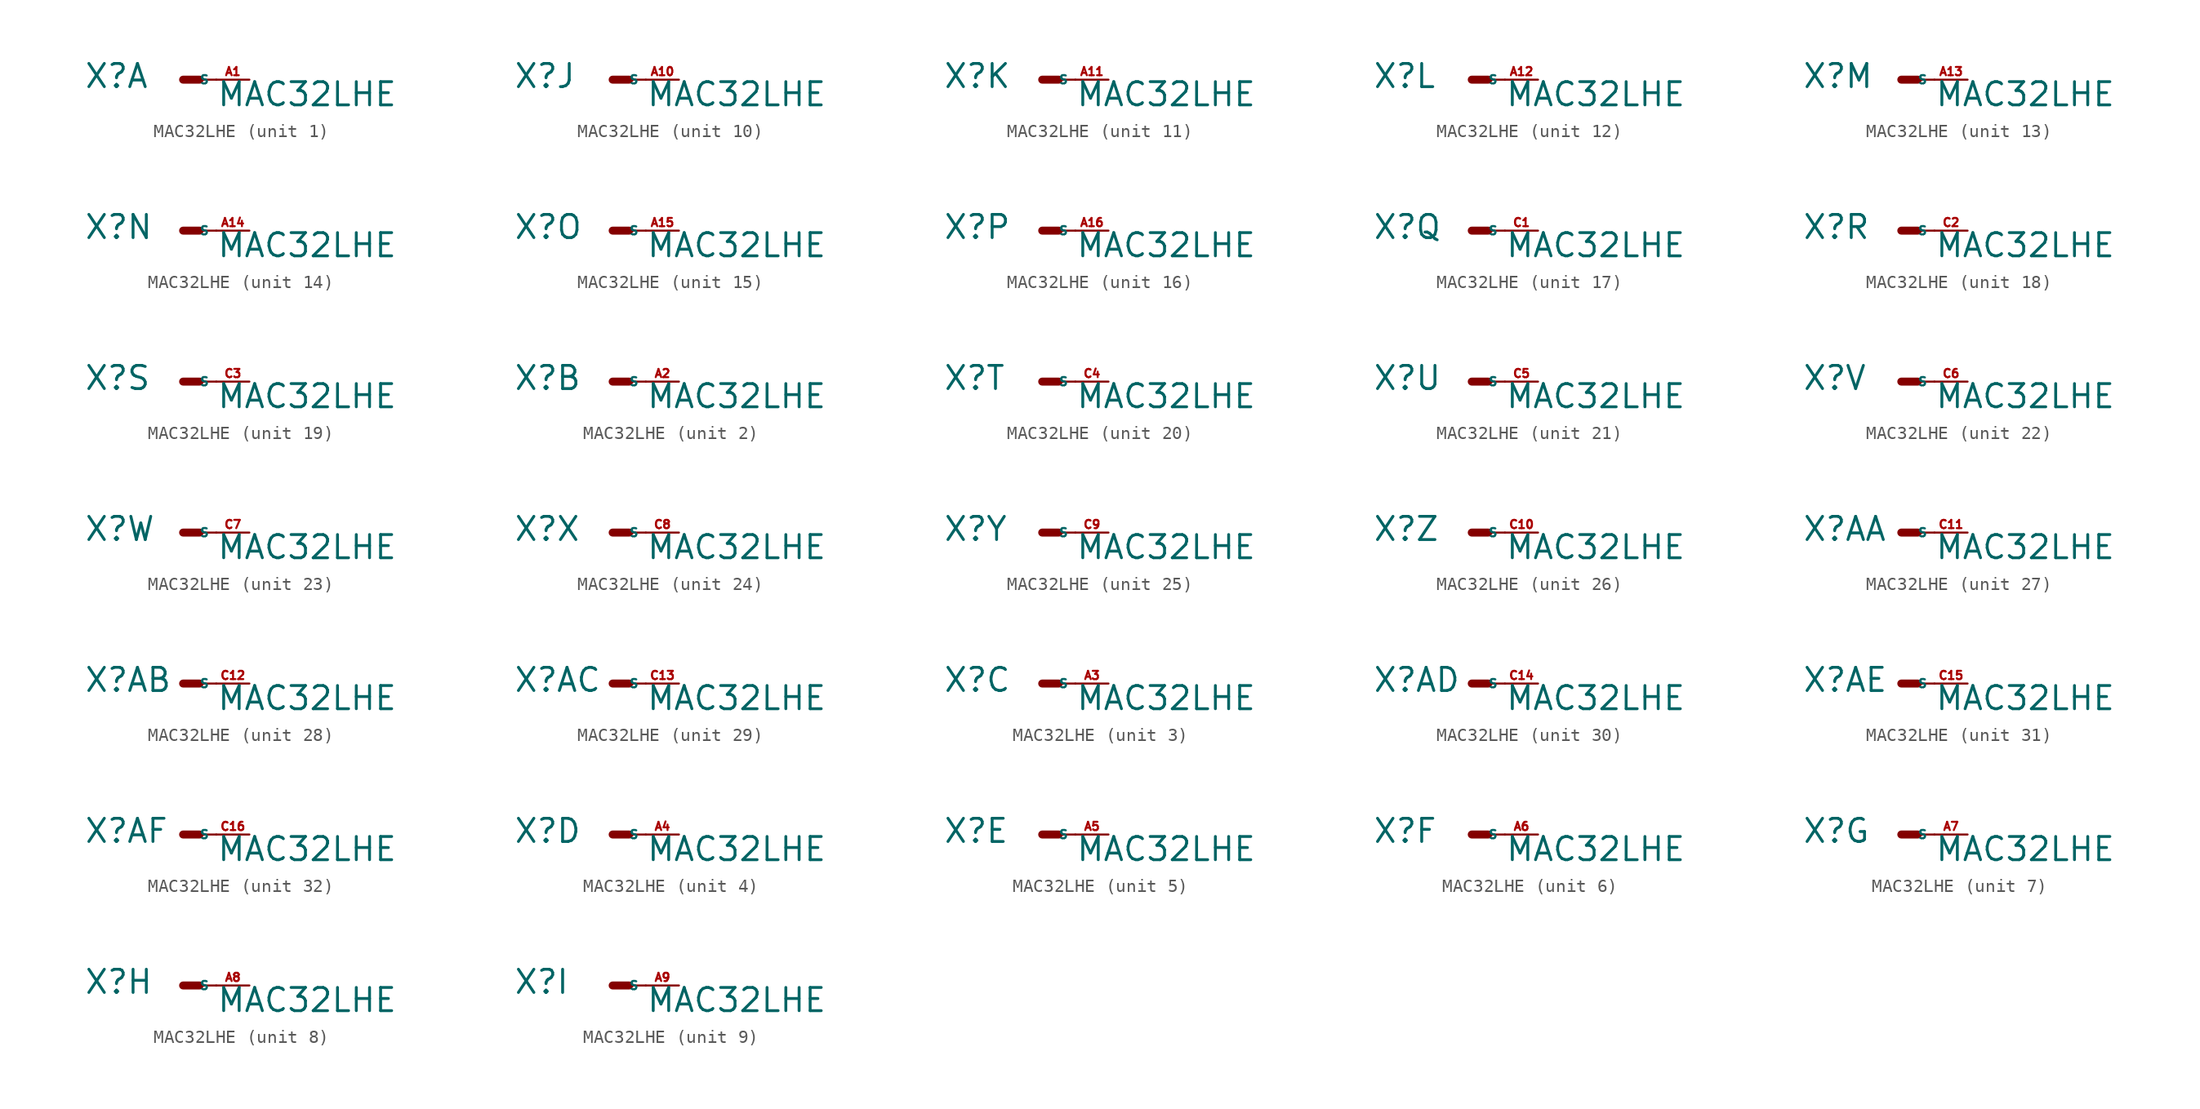
<source format=kicad_sym>
(kicad_symbol_lib
  (version 20220914)
  (generator Eagle2Kicad)
  (symbol "MAC32LHE"
    (property "Reference" "X"
      (at -7.62 -0.762 0)
      (effects (font (size 1.778 1.778) (thickness 0.22)) (justify left bottom)))
    (property "Value" "MAC32LHE"
      (at 2.54 -2.159 0)
      (effects (font (size 1.778 1.778) (thickness 0.22)) (justify left bottom)))
    (symbol "MAC32LHE_1_0"
      (polyline (pts (xy 0 0) (xy 1.27 0)) (stroke (width 0.61) (type default)) (fill (type none)))
      (polyline (pts (xy 2.54 0) (xy 1.27 0)) (stroke (width 0.152) (type default)) (fill (type none)))
      (pin passive line (at 5.08 0 180) (length 2.54) (name "S" (effects (font (size 0.635 0.635) (thickness 0.08)) (justify left bottom))) (number "A1" (effects (font (size 0.635 0.635) (thickness 0.08)) (justify left bottom)))))
    (symbol "MAC32LHE_2_0"
      (polyline (pts (xy 0 0) (xy 1.27 0)) (stroke (width 0.61) (type default)) (fill (type none)))
      (polyline (pts (xy 2.54 0) (xy 1.27 0)) (stroke (width 0.152) (type default)) (fill (type none)))
      (pin passive line (at 5.08 0 180) (length 2.54) (name "S" (effects (font (size 0.635 0.635) (thickness 0.08)) (justify left bottom))) (number "A2" (effects (font (size 0.635 0.635) (thickness 0.08)) (justify left bottom)))))
    (symbol "MAC32LHE_3_0"
      (polyline (pts (xy 0 0) (xy 1.27 0)) (stroke (width 0.61) (type default)) (fill (type none)))
      (polyline (pts (xy 2.54 0) (xy 1.27 0)) (stroke (width 0.152) (type default)) (fill (type none)))
      (pin passive line (at 5.08 0 180) (length 2.54) (name "S" (effects (font (size 0.635 0.635) (thickness 0.08)) (justify left bottom))) (number "A3" (effects (font (size 0.635 0.635) (thickness 0.08)) (justify left bottom)))))
    (symbol "MAC32LHE_4_0"
      (polyline (pts (xy 0 0) (xy 1.27 0)) (stroke (width 0.61) (type default)) (fill (type none)))
      (polyline (pts (xy 2.54 0) (xy 1.27 0)) (stroke (width 0.152) (type default)) (fill (type none)))
      (pin passive line (at 5.08 0 180) (length 2.54) (name "S" (effects (font (size 0.635 0.635) (thickness 0.08)) (justify left bottom))) (number "A4" (effects (font (size 0.635 0.635) (thickness 0.08)) (justify left bottom)))))
    (symbol "MAC32LHE_5_0"
      (polyline (pts (xy 0 0) (xy 1.27 0)) (stroke (width 0.61) (type default)) (fill (type none)))
      (polyline (pts (xy 2.54 0) (xy 1.27 0)) (stroke (width 0.152) (type default)) (fill (type none)))
      (pin passive line (at 5.08 0 180) (length 2.54) (name "S" (effects (font (size 0.635 0.635) (thickness 0.08)) (justify left bottom))) (number "A5" (effects (font (size 0.635 0.635) (thickness 0.08)) (justify left bottom)))))
    (symbol "MAC32LHE_6_0"
      (polyline (pts (xy 0 0) (xy 1.27 0)) (stroke (width 0.61) (type default)) (fill (type none)))
      (polyline (pts (xy 2.54 0) (xy 1.27 0)) (stroke (width 0.152) (type default)) (fill (type none)))
      (pin passive line (at 5.08 0 180) (length 2.54) (name "S" (effects (font (size 0.635 0.635) (thickness 0.08)) (justify left bottom))) (number "A6" (effects (font (size 0.635 0.635) (thickness 0.08)) (justify left bottom)))))
    (symbol "MAC32LHE_7_0"
      (polyline (pts (xy 0 0) (xy 1.27 0)) (stroke (width 0.61) (type default)) (fill (type none)))
      (polyline (pts (xy 2.54 0) (xy 1.27 0)) (stroke (width 0.152) (type default)) (fill (type none)))
      (pin passive line (at 5.08 0 180) (length 2.54) (name "S" (effects (font (size 0.635 0.635) (thickness 0.08)) (justify left bottom))) (number "A7" (effects (font (size 0.635 0.635) (thickness 0.08)) (justify left bottom)))))
    (symbol "MAC32LHE_8_0"
      (polyline (pts (xy 0 0) (xy 1.27 0)) (stroke (width 0.61) (type default)) (fill (type none)))
      (polyline (pts (xy 2.54 0) (xy 1.27 0)) (stroke (width 0.152) (type default)) (fill (type none)))
      (pin passive line (at 5.08 0 180) (length 2.54) (name "S" (effects (font (size 0.635 0.635) (thickness 0.08)) (justify left bottom))) (number "A8" (effects (font (size 0.635 0.635) (thickness 0.08)) (justify left bottom)))))
    (symbol "MAC32LHE_9_0"
      (polyline (pts (xy 0 0) (xy 1.27 0)) (stroke (width 0.61) (type default)) (fill (type none)))
      (polyline (pts (xy 2.54 0) (xy 1.27 0)) (stroke (width 0.152) (type default)) (fill (type none)))
      (pin passive line (at 5.08 0 180) (length 2.54) (name "S" (effects (font (size 0.635 0.635) (thickness 0.08)) (justify left bottom))) (number "A9" (effects (font (size 0.635 0.635) (thickness 0.08)) (justify left bottom)))))
    (symbol "MAC32LHE_10_0"
      (polyline (pts (xy 0 0) (xy 1.27 0)) (stroke (width 0.61) (type default)) (fill (type none)))
      (polyline (pts (xy 2.54 0) (xy 1.27 0)) (stroke (width 0.152) (type default)) (fill (type none)))
      (pin passive line (at 5.08 0 180) (length 2.54) (name "S" (effects (font (size 0.635 0.635) (thickness 0.08)) (justify left bottom))) (number "A10" (effects (font (size 0.635 0.635) (thickness 0.08)) (justify left bottom)))))
    (symbol "MAC32LHE_11_0"
      (polyline (pts (xy 0 0) (xy 1.27 0)) (stroke (width 0.61) (type default)) (fill (type none)))
      (polyline (pts (xy 2.54 0) (xy 1.27 0)) (stroke (width 0.152) (type default)) (fill (type none)))
      (pin passive line (at 5.08 0 180) (length 2.54) (name "S" (effects (font (size 0.635 0.635) (thickness 0.08)) (justify left bottom))) (number "A11" (effects (font (size 0.635 0.635) (thickness 0.08)) (justify left bottom)))))
    (symbol "MAC32LHE_12_0"
      (polyline (pts (xy 0 0) (xy 1.27 0)) (stroke (width 0.61) (type default)) (fill (type none)))
      (polyline (pts (xy 2.54 0) (xy 1.27 0)) (stroke (width 0.152) (type default)) (fill (type none)))
      (pin passive line (at 5.08 0 180) (length 2.54) (name "S" (effects (font (size 0.635 0.635) (thickness 0.08)) (justify left bottom))) (number "A12" (effects (font (size 0.635 0.635) (thickness 0.08)) (justify left bottom)))))
    (symbol "MAC32LHE_13_0"
      (polyline (pts (xy 0 0) (xy 1.27 0)) (stroke (width 0.61) (type default)) (fill (type none)))
      (polyline (pts (xy 2.54 0) (xy 1.27 0)) (stroke (width 0.152) (type default)) (fill (type none)))
      (pin passive line (at 5.08 0 180) (length 2.54) (name "S" (effects (font (size 0.635 0.635) (thickness 0.08)) (justify left bottom))) (number "A13" (effects (font (size 0.635 0.635) (thickness 0.08)) (justify left bottom)))))
    (symbol "MAC32LHE_14_0"
      (polyline (pts (xy 0 0) (xy 1.27 0)) (stroke (width 0.61) (type default)) (fill (type none)))
      (polyline (pts (xy 2.54 0) (xy 1.27 0)) (stroke (width 0.152) (type default)) (fill (type none)))
      (pin passive line (at 5.08 0 180) (length 2.54) (name "S" (effects (font (size 0.635 0.635) (thickness 0.08)) (justify left bottom))) (number "A14" (effects (font (size 0.635 0.635) (thickness 0.08)) (justify left bottom)))))
    (symbol "MAC32LHE_15_0"
      (polyline (pts (xy 0 0) (xy 1.27 0)) (stroke (width 0.61) (type default)) (fill (type none)))
      (polyline (pts (xy 2.54 0) (xy 1.27 0)) (stroke (width 0.152) (type default)) (fill (type none)))
      (pin passive line (at 5.08 0 180) (length 2.54) (name "S" (effects (font (size 0.635 0.635) (thickness 0.08)) (justify left bottom))) (number "A15" (effects (font (size 0.635 0.635) (thickness 0.08)) (justify left bottom)))))
    (symbol "MAC32LHE_16_0"
      (polyline (pts (xy 0 0) (xy 1.27 0)) (stroke (width 0.61) (type default)) (fill (type none)))
      (polyline (pts (xy 2.54 0) (xy 1.27 0)) (stroke (width 0.152) (type default)) (fill (type none)))
      (pin passive line (at 5.08 0 180) (length 2.54) (name "S" (effects (font (size 0.635 0.635) (thickness 0.08)) (justify left bottom))) (number "A16" (effects (font (size 0.635 0.635) (thickness 0.08)) (justify left bottom)))))
    (symbol "MAC32LHE_17_0"
      (polyline (pts (xy 0 0) (xy 1.27 0)) (stroke (width 0.61) (type default)) (fill (type none)))
      (polyline (pts (xy 2.54 0) (xy 1.27 0)) (stroke (width 0.152) (type default)) (fill (type none)))
      (pin passive line (at 5.08 0 180) (length 2.54) (name "S" (effects (font (size 0.635 0.635) (thickness 0.08)) (justify left bottom))) (number "C1" (effects (font (size 0.635 0.635) (thickness 0.08)) (justify left bottom)))))
    (symbol "MAC32LHE_18_0"
      (polyline (pts (xy 0 0) (xy 1.27 0)) (stroke (width 0.61) (type default)) (fill (type none)))
      (polyline (pts (xy 2.54 0) (xy 1.27 0)) (stroke (width 0.152) (type default)) (fill (type none)))
      (pin passive line (at 5.08 0 180) (length 2.54) (name "S" (effects (font (size 0.635 0.635) (thickness 0.08)) (justify left bottom))) (number "C2" (effects (font (size 0.635 0.635) (thickness 0.08)) (justify left bottom)))))
    (symbol "MAC32LHE_19_0"
      (polyline (pts (xy 0 0) (xy 1.27 0)) (stroke (width 0.61) (type default)) (fill (type none)))
      (polyline (pts (xy 2.54 0) (xy 1.27 0)) (stroke (width 0.152) (type default)) (fill (type none)))
      (pin passive line (at 5.08 0 180) (length 2.54) (name "S" (effects (font (size 0.635 0.635) (thickness 0.08)) (justify left bottom))) (number "C3" (effects (font (size 0.635 0.635) (thickness 0.08)) (justify left bottom)))))
    (symbol "MAC32LHE_20_0"
      (polyline (pts (xy 0 0) (xy 1.27 0)) (stroke (width 0.61) (type default)) (fill (type none)))
      (polyline (pts (xy 2.54 0) (xy 1.27 0)) (stroke (width 0.152) (type default)) (fill (type none)))
      (pin passive line (at 5.08 0 180) (length 2.54) (name "S" (effects (font (size 0.635 0.635) (thickness 0.08)) (justify left bottom))) (number "C4" (effects (font (size 0.635 0.635) (thickness 0.08)) (justify left bottom)))))
    (symbol "MAC32LHE_21_0"
      (polyline (pts (xy 0 0) (xy 1.27 0)) (stroke (width 0.61) (type default)) (fill (type none)))
      (polyline (pts (xy 2.54 0) (xy 1.27 0)) (stroke (width 0.152) (type default)) (fill (type none)))
      (pin passive line (at 5.08 0 180) (length 2.54) (name "S" (effects (font (size 0.635 0.635) (thickness 0.08)) (justify left bottom))) (number "C5" (effects (font (size 0.635 0.635) (thickness 0.08)) (justify left bottom)))))
    (symbol "MAC32LHE_22_0"
      (polyline (pts (xy 0 0) (xy 1.27 0)) (stroke (width 0.61) (type default)) (fill (type none)))
      (polyline (pts (xy 2.54 0) (xy 1.27 0)) (stroke (width 0.152) (type default)) (fill (type none)))
      (pin passive line (at 5.08 0 180) (length 2.54) (name "S" (effects (font (size 0.635 0.635) (thickness 0.08)) (justify left bottom))) (number "C6" (effects (font (size 0.635 0.635) (thickness 0.08)) (justify left bottom)))))
    (symbol "MAC32LHE_23_0"
      (polyline (pts (xy 0 0) (xy 1.27 0)) (stroke (width 0.61) (type default)) (fill (type none)))
      (polyline (pts (xy 2.54 0) (xy 1.27 0)) (stroke (width 0.152) (type default)) (fill (type none)))
      (pin passive line (at 5.08 0 180) (length 2.54) (name "S" (effects (font (size 0.635 0.635) (thickness 0.08)) (justify left bottom))) (number "C7" (effects (font (size 0.635 0.635) (thickness 0.08)) (justify left bottom)))))
    (symbol "MAC32LHE_24_0"
      (polyline (pts (xy 0 0) (xy 1.27 0)) (stroke (width 0.61) (type default)) (fill (type none)))
      (polyline (pts (xy 2.54 0) (xy 1.27 0)) (stroke (width 0.152) (type default)) (fill (type none)))
      (pin passive line (at 5.08 0 180) (length 2.54) (name "S" (effects (font (size 0.635 0.635) (thickness 0.08)) (justify left bottom))) (number "C8" (effects (font (size 0.635 0.635) (thickness 0.08)) (justify left bottom)))))
    (symbol "MAC32LHE_25_0"
      (polyline (pts (xy 0 0) (xy 1.27 0)) (stroke (width 0.61) (type default)) (fill (type none)))
      (polyline (pts (xy 2.54 0) (xy 1.27 0)) (stroke (width 0.152) (type default)) (fill (type none)))
      (pin passive line (at 5.08 0 180) (length 2.54) (name "S" (effects (font (size 0.635 0.635) (thickness 0.08)) (justify left bottom))) (number "C9" (effects (font (size 0.635 0.635) (thickness 0.08)) (justify left bottom)))))
    (symbol "MAC32LHE_26_0"
      (polyline (pts (xy 0 0) (xy 1.27 0)) (stroke (width 0.61) (type default)) (fill (type none)))
      (polyline (pts (xy 2.54 0) (xy 1.27 0)) (stroke (width 0.152) (type default)) (fill (type none)))
      (pin passive line (at 5.08 0 180) (length 2.54) (name "S" (effects (font (size 0.635 0.635) (thickness 0.08)) (justify left bottom))) (number "C10" (effects (font (size 0.635 0.635) (thickness 0.08)) (justify left bottom)))))
    (symbol "MAC32LHE_27_0"
      (polyline (pts (xy 0 0) (xy 1.27 0)) (stroke (width 0.61) (type default)) (fill (type none)))
      (polyline (pts (xy 2.54 0) (xy 1.27 0)) (stroke (width 0.152) (type default)) (fill (type none)))
      (pin passive line (at 5.08 0 180) (length 2.54) (name "S" (effects (font (size 0.635 0.635) (thickness 0.08)) (justify left bottom))) (number "C11" (effects (font (size 0.635 0.635) (thickness 0.08)) (justify left bottom)))))
    (symbol "MAC32LHE_28_0"
      (polyline (pts (xy 0 0) (xy 1.27 0)) (stroke (width 0.61) (type default)) (fill (type none)))
      (polyline (pts (xy 2.54 0) (xy 1.27 0)) (stroke (width 0.152) (type default)) (fill (type none)))
      (pin passive line (at 5.08 0 180) (length 2.54) (name "S" (effects (font (size 0.635 0.635) (thickness 0.08)) (justify left bottom))) (number "C12" (effects (font (size 0.635 0.635) (thickness 0.08)) (justify left bottom)))))
    (symbol "MAC32LHE_29_0"
      (polyline (pts (xy 0 0) (xy 1.27 0)) (stroke (width 0.61) (type default)) (fill (type none)))
      (polyline (pts (xy 2.54 0) (xy 1.27 0)) (stroke (width 0.152) (type default)) (fill (type none)))
      (pin passive line (at 5.08 0 180) (length 2.54) (name "S" (effects (font (size 0.635 0.635) (thickness 0.08)) (justify left bottom))) (number "C13" (effects (font (size 0.635 0.635) (thickness 0.08)) (justify left bottom)))))
    (symbol "MAC32LHE_30_0"
      (polyline (pts (xy 0 0) (xy 1.27 0)) (stroke (width 0.61) (type default)) (fill (type none)))
      (polyline (pts (xy 2.54 0) (xy 1.27 0)) (stroke (width 0.152) (type default)) (fill (type none)))
      (pin passive line (at 5.08 0 180) (length 2.54) (name "S" (effects (font (size 0.635 0.635) (thickness 0.08)) (justify left bottom))) (number "C14" (effects (font (size 0.635 0.635) (thickness 0.08)) (justify left bottom)))))
    (symbol "MAC32LHE_31_0"
      (polyline (pts (xy 0 0) (xy 1.27 0)) (stroke (width 0.61) (type default)) (fill (type none)))
      (polyline (pts (xy 2.54 0) (xy 1.27 0)) (stroke (width 0.152) (type default)) (fill (type none)))
      (pin passive line (at 5.08 0 180) (length 2.54) (name "S" (effects (font (size 0.635 0.635) (thickness 0.08)) (justify left bottom))) (number "C15" (effects (font (size 0.635 0.635) (thickness 0.08)) (justify left bottom)))))
    (symbol "MAC32LHE_32_0"
      (polyline (pts (xy 0 0) (xy 1.27 0)) (stroke (width 0.61) (type default)) (fill (type none)))
      (polyline (pts (xy 2.54 0) (xy 1.27 0)) (stroke (width 0.152) (type default)) (fill (type none)))
      (pin passive line (at 5.08 0 180) (length 2.54) (name "S" (effects (font (size 0.635 0.635) (thickness 0.08)) (justify left bottom))) (number "C16" (effects (font (size 0.635 0.635) (thickness 0.08)) (justify left bottom)))))))
</source>
